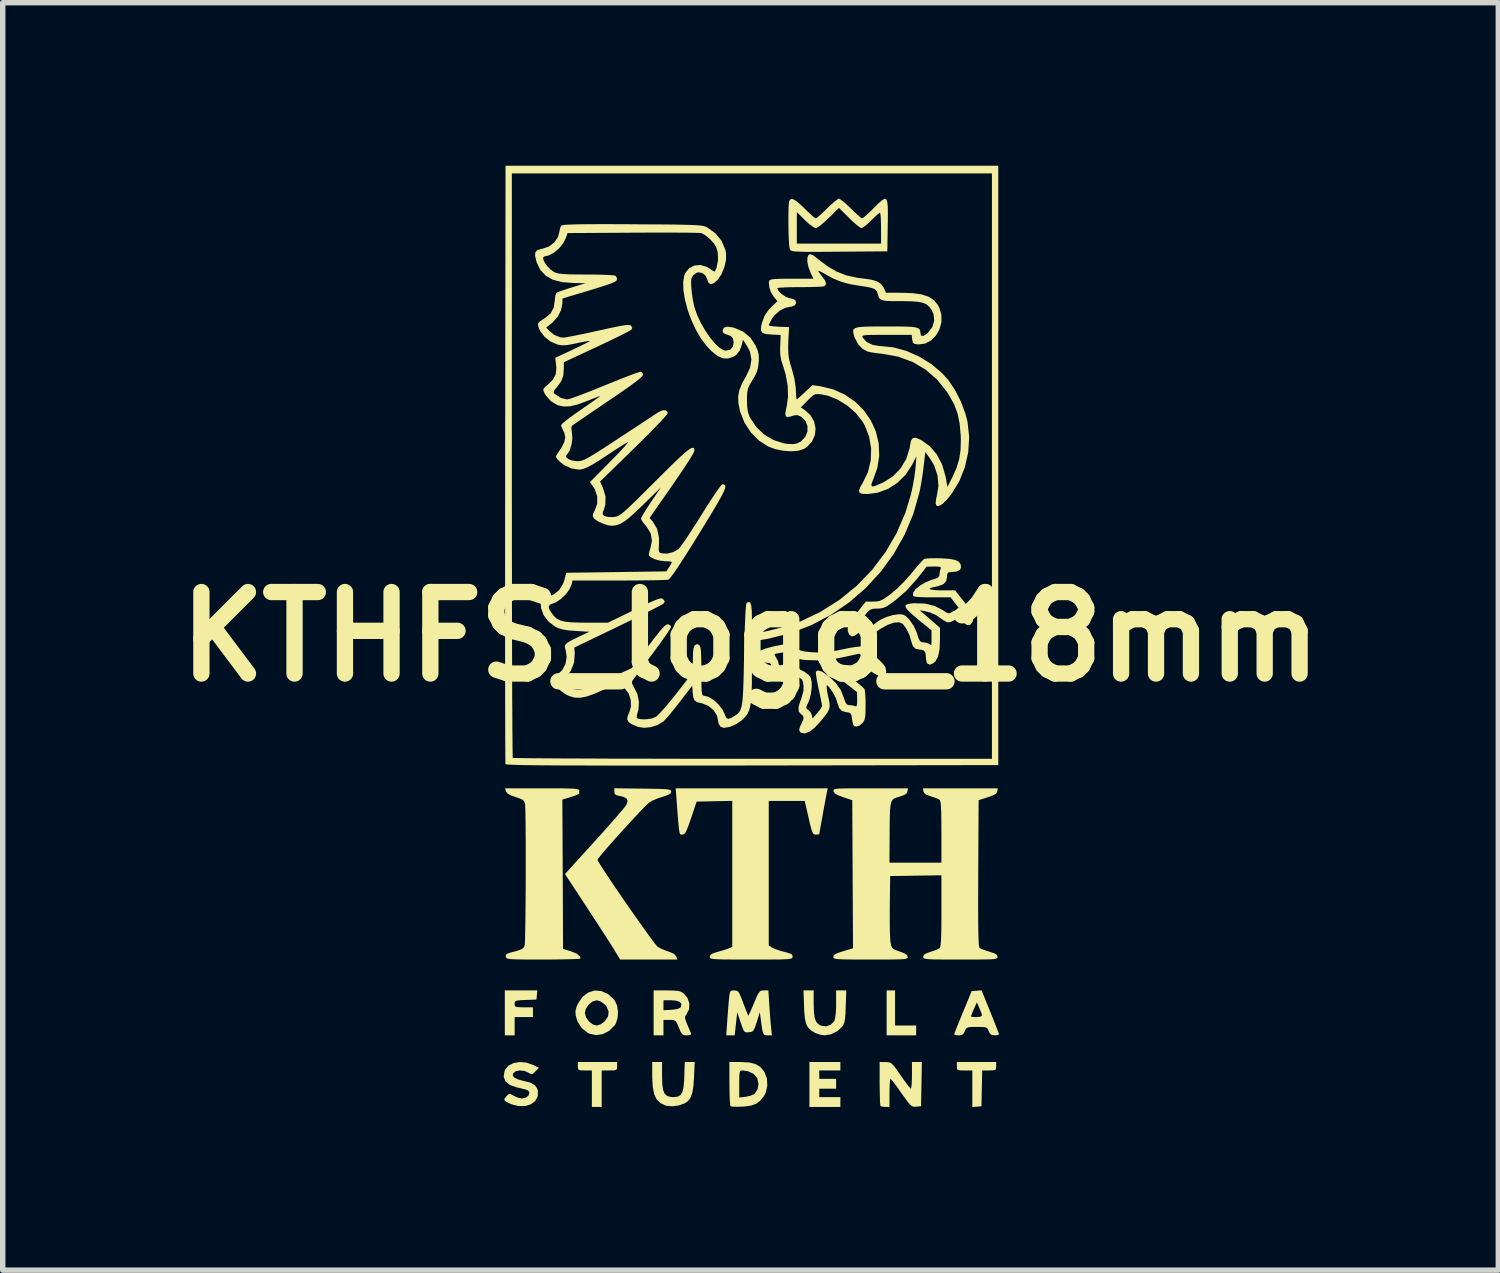
<source format=kicad_pcb>
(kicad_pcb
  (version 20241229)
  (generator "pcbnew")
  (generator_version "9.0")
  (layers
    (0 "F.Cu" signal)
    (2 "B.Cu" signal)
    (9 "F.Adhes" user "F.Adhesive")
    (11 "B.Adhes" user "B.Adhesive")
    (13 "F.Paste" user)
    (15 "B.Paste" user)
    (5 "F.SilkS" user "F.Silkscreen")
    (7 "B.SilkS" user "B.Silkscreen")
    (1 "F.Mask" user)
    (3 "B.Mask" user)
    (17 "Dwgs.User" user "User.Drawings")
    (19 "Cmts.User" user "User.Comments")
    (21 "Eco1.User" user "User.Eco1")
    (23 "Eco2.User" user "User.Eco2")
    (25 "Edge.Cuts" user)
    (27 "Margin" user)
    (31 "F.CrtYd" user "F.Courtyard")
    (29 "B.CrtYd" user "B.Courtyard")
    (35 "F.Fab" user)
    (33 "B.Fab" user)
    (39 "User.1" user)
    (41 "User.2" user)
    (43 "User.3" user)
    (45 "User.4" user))
  (footprint "KTHFS_logo_18mm"
    (layer "F.Cu")
    (at 10.764 8.669)
    (property "Reference" "KTHFS_logo_18mm" (at 0 0 0) (layer "F.SilkS") (effects (font (size 1.5 1.5) (thickness 0.3))))
    (attr board_only exclude_from_pos_files exclude_from_bom)
    (fp_poly (pts (xy 2.661 6.834) (xy 2.661 7.157) (xy 2.855 7.157) (xy 3.049 7.157) (xy 3.049 7.248) (xy 3.049 7.338) (xy 2.778 7.338) (xy 2.506 7.338) (xy 2.506 6.925) (xy 2.506 6.511) (xy 2.584 6.511) (xy 2.661 6.511)) (stroke (width 0) (type solid)) (fill yes) (layer "F.SilkS"))
    (fp_poly (pts (xy -2.455 7.907) (xy -2.457 7.951) (xy -2.473 7.974) (xy -2.514 7.983) (xy -2.595 7.984) (xy -2.597 7.984) (xy -2.739 7.984) (xy -2.739 8.32) (xy -2.739 8.656) (xy -2.829 8.656) (xy -2.92 8.656) (xy -2.92 8.32) (xy -2.92 7.984) (xy -3.049 7.984) (xy -3.126 7.983) (xy -3.164 7.972) (xy -3.177 7.945) (xy -3.178 7.907) (xy -3.178 7.829) (xy -2.816 7.829) (xy -2.455 7.829)) (stroke (width 0) (type solid)) (fill yes) (layer "F.SilkS"))
    (fp_poly (pts (xy 4.522 7.907) (xy 4.519 7.953) (xy 4.502 7.976) (xy 4.456 7.983) (xy 4.393 7.984) (xy 4.265 7.984) (xy 4.258 8.314) (xy 4.251 8.643) (xy 4.167 8.651) (xy 4.083 8.659) (xy 4.083 8.322) (xy 4.083 7.984) (xy 3.94 7.984) (xy 3.859 7.983) (xy 3.817 7.975) (xy 3.801 7.952) (xy 3.798 7.908) (xy 3.798 7.907) (xy 3.798 7.829) (xy 4.16 7.829) (xy 4.522 7.829)) (stroke (width 0) (type solid)) (fill yes) (layer "F.SilkS"))
    (fp_poly (pts (xy 1.654 7.907) (xy 1.654 7.984) (xy 1.46 7.984) (xy 1.266 7.984) (xy 1.266 8.062) (xy 1.266 8.139) (xy 1.421 8.139) (xy 1.576 8.139) (xy 1.576 8.23) (xy 1.576 8.32) (xy 1.421 8.32) (xy 1.266 8.32) (xy 1.266 8.398) (xy 1.266 8.475) (xy 1.46 8.475) (xy 1.654 8.475) (xy 1.654 8.566) (xy 1.654 8.656) (xy 1.369 8.656) (xy 1.085 8.656) (xy 1.085 8.243) (xy 1.085 7.829) (xy 1.369 7.829) (xy 1.654 7.829)) (stroke (width 0) (type solid)) (fill yes) (layer "F.SilkS"))
    (fp_poly (pts (xy -3.932 6.595) (xy -3.94 6.679) (xy -4.141 6.687) (xy -4.241 6.692) (xy -4.301 6.699) (xy -4.33 6.712) (xy -4.34 6.735) (xy -4.341 6.758) (xy -4.338 6.792) (xy -4.321 6.811) (xy -4.278 6.82) (xy -4.198 6.822) (xy -4.173 6.822) (xy -4.005 6.822) (xy -4.005 6.912) (xy -4.005 7.002) (xy -4.173 7.002) (xy -4.341 7.002) (xy -4.341 7.17) (xy -4.341 7.338) (xy -4.431 7.338) (xy -4.522 7.338) (xy -4.522 6.925) (xy -4.522 6.511) (xy -4.223 6.511) (xy -3.924 6.511)) (stroke (width 0) (type solid)) (fill yes) (layer "F.SilkS"))
    (fp_poly (pts (xy -1.628 8.076) (xy -1.624 8.231) (xy -1.609 8.341) (xy -1.58 8.413) (xy -1.533 8.455) (xy -1.464 8.473) (xy -1.419 8.475) (xy -1.344 8.468) (xy -1.291 8.44) (xy -1.255 8.385) (xy -1.233 8.296) (xy -1.221 8.166) (xy -1.219 8.098) (xy -1.21 7.829) (xy -1.118 7.829) (xy -1.027 7.829) (xy -1.039 8.107) (xy -1.051 8.275) (xy -1.072 8.4) (xy -1.106 8.489) (xy -1.155 8.552) (xy -1.212 8.59) (xy -1.323 8.629) (xy -1.445 8.644) (xy -1.554 8.633) (xy -1.56 8.631) (xy -1.656 8.587) (xy -1.726 8.52) (xy -1.772 8.423) (xy -1.799 8.29) (xy -1.809 8.115) (xy -1.809 8.089) (xy -1.809 7.829) (xy -1.718 7.829) (xy -1.628 7.829)) (stroke (width 0) (type solid)) (fill yes) (layer "F.SilkS"))
    (fp_poly (pts (xy 1.163 6.756) (xy 1.167 6.905) (xy 1.181 7.013) (xy 1.207 7.086) (xy 1.249 7.133) (xy 1.295 7.159) (xy 1.388 7.173) (xy 1.475 7.144) (xy 1.539 7.08) (xy 1.547 7.064) (xy 1.56 7.01) (xy 1.57 6.92) (xy 1.576 6.81) (xy 1.576 6.756) (xy 1.576 6.511) (xy 1.669 6.511) (xy 1.763 6.511) (xy 1.753 6.807) (xy 1.748 6.942) (xy 1.74 7.036) (xy 1.727 7.101) (xy 1.708 7.147) (xy 1.691 7.175) (xy 1.599 7.261) (xy 1.482 7.319) (xy 1.369 7.338) (xy 1.283 7.326) (xy 1.196 7.296) (xy 1.19 7.293) (xy 1.114 7.247) (xy 1.059 7.194) (xy 1.023 7.123) (xy 1.001 7.026) (xy 0.989 6.892) (xy 0.986 6.807) (xy 0.976 6.511) (xy 1.07 6.511) (xy 1.163 6.511)) (stroke (width 0) (type solid)) (fill yes) (layer "F.SilkS"))
    (fp_poly (pts (xy -2.743 6.523) (xy -2.622 6.578) (xy -2.513 6.678) (xy -2.496 6.701) (xy -2.456 6.79) (xy -2.439 6.904) (xy -2.447 7.021) (xy -2.479 7.121) (xy -2.495 7.148) (xy -2.599 7.253) (xy -2.719 7.316) (xy -2.845 7.334) (xy -2.97 7.306) (xy -2.997 7.292) (xy -3.107 7.204) (xy -3.185 7.082) (xy -3.217 6.975) (xy -3.22 6.925) (xy -3.049 6.925) (xy -3.027 7.007) (xy -2.973 7.084) (xy -2.899 7.139) (xy -2.829 7.157) (xy -2.758 7.136) (xy -2.685 7.082) (xy -2.622 6.991) (xy -2.611 6.899) (xy -2.651 6.807) (xy -2.685 6.768) (xy -2.759 6.713) (xy -2.829 6.692) (xy -2.907 6.715) (xy -2.979 6.773) (xy -3.031 6.851) (xy -3.049 6.925) (xy -3.22 6.925) (xy -3.222 6.893) (xy -3.202 6.812) (xy -3.174 6.75) (xy -3.09 6.627) (xy -2.984 6.548) (xy -2.866 6.513)) (stroke (width 0) (type solid)) (fill yes) (layer "F.SilkS"))
    (fp_poly (pts (xy -0.174 7.829) (xy -0.021 7.838) (xy 0.094 7.867) (xy 0.181 7.92) (xy 0.25 8.002) (xy 0.259 8.016) (xy 0.301 8.129) (xy 0.31 8.257) (xy 0.286 8.38) (xy 0.252 8.45) (xy 0.18 8.54) (xy 0.104 8.598) (xy 0.008 8.632) (xy -0.123 8.649) (xy -0.147 8.65) (xy -0.245 8.653) (xy -0.322 8.651) (xy -0.365 8.644) (xy -0.368 8.642) (xy -0.375 8.61) (xy -0.381 8.536) (xy -0.383 8.482) (xy -0.207 8.482) (xy -0.089 8.469) (xy -0.006 8.451) (xy 0.062 8.422) (xy 0.078 8.41) (xy 0.13 8.332) (xy 0.147 8.232) (xy 0.126 8.133) (xy 0.119 8.119) (xy 0.055 8.047) (xy -0.042 8) (xy -0.146 7.984) (xy -0.174 7.986) (xy -0.192 7.999) (xy -0.201 8.032) (xy -0.206 8.095) (xy -0.207 8.198) (xy -0.207 8.233) (xy -0.207 8.482) (xy -0.383 8.482) (xy -0.385 8.43) (xy -0.387 8.3) (xy -0.388 8.226) (xy -0.388 7.829)) (stroke (width 0) (type solid)) (fill yes) (layer "F.SilkS"))
    (fp_poly (pts (xy 3.147 8.236) (xy 3.139 8.643) (xy 3.048 8.651) (xy 3.009 8.652) (xy 2.976 8.644) (xy 2.943 8.62) (xy 2.902 8.573) (xy 2.845 8.496) (xy 2.777 8.4) (xy 2.706 8.3) (xy 2.645 8.218) (xy 2.6 8.162) (xy 2.578 8.14) (xy 2.577 8.14) (xy 2.569 8.164) (xy 2.563 8.228) (xy 2.559 8.323) (xy 2.558 8.398) (xy 2.558 8.656) (xy 2.485 8.656) (xy 2.426 8.651) (xy 2.394 8.639) (xy 2.388 8.608) (xy 2.383 8.535) (xy 2.38 8.43) (xy 2.378 8.3) (xy 2.377 8.226) (xy 2.377 7.829) (xy 2.487 7.83) (xy 2.535 7.832) (xy 2.572 7.841) (xy 2.607 7.865) (xy 2.648 7.911) (xy 2.703 7.986) (xy 2.765 8.076) (xy 2.833 8.172) (xy 2.891 8.251) (xy 2.933 8.303) (xy 2.952 8.32) (xy 2.96 8.296) (xy 2.967 8.232) (xy 2.971 8.138) (xy 2.972 8.075) (xy 2.972 7.829) (xy 3.063 7.829) (xy 3.154 7.829)) (stroke (width 0) (type solid)) (fill yes) (layer "F.SilkS"))
    (fp_poly (pts (xy -1.421 6.513) (xy -1.339 6.52) (xy -1.284 6.534) (xy -1.242 6.557) (xy -1.233 6.564) (xy -1.16 6.649) (xy -1.125 6.752) (xy -1.131 6.858) (xy -1.178 6.951) (xy -1.182 6.957) (xy -1.203 6.987) (xy -1.205 7.023) (xy -1.188 7.08) (xy -1.164 7.138) (xy -1.13 7.218) (xy -1.103 7.281) (xy -1.093 7.306) (xy -1.102 7.329) (xy -1.158 7.338) (xy -1.17 7.338) (xy -1.222 7.335) (xy -1.256 7.317) (xy -1.285 7.273) (xy -1.318 7.196) (xy -1.351 7.117) (xy -1.379 7.075) (xy -1.415 7.058) (xy -1.473 7.054) (xy -1.489 7.054) (xy -1.602 7.054) (xy -1.602 7.196) (xy -1.602 7.338) (xy -1.692 7.338) (xy -1.783 7.338) (xy -1.783 6.925) (xy -1.783 6.692) (xy -1.602 6.692) (xy -1.602 6.784) (xy -1.602 6.876) (xy -1.456 6.868) (xy -1.354 6.856) (xy -1.296 6.832) (xy -1.283 6.817) (xy -1.27 6.763) (xy -1.303 6.722) (xy -1.379 6.698) (xy -1.463 6.692) (xy -1.602 6.692) (xy -1.783 6.692) (xy -1.783 6.511) (xy -1.541 6.511)) (stroke (width 0) (type solid)) (fill yes) (layer "F.SilkS"))
    (fp_poly (pts (xy 4.413 6.904) (xy 4.467 7.038) (xy 4.513 7.154) (xy 4.548 7.245) (xy 4.569 7.303) (xy 4.574 7.319) (xy 4.551 7.332) (xy 4.496 7.338) (xy 4.494 7.338) (xy 4.432 7.328) (xy 4.396 7.287) (xy 4.385 7.261) (xy 4.368 7.221) (xy 4.345 7.198) (xy 4.304 7.187) (xy 4.232 7.184) (xy 4.165 7.183) (xy 4.067 7.184) (xy 4.008 7.19) (xy 3.976 7.205) (xy 3.956 7.234) (xy 3.945 7.261) (xy 3.915 7.316) (xy 3.867 7.337) (xy 3.831 7.338) (xy 3.775 7.333) (xy 3.749 7.321) (xy 3.749 7.319) (xy 3.759 7.29) (xy 3.785 7.221) (xy 3.825 7.122) (xy 3.875 7) (xy 3.878 6.992) (xy 4.057 6.992) (xy 4.08 6.998) (xy 4.137 7.002) (xy 4.16 7.002) (xy 4.233 6.995) (xy 4.261 6.973) (xy 4.262 6.97) (xy 4.25 6.928) (xy 4.224 6.861) (xy 4.213 6.834) (xy 4.166 6.731) (xy 4.111 6.856) (xy 4.081 6.928) (xy 4.061 6.978) (xy 4.057 6.992) (xy 3.878 6.992) (xy 3.911 6.912) (xy 4.071 6.524) (xy 4.162 6.517) (xy 4.253 6.509)) (stroke (width 0) (type solid)) (fill yes) (layer "F.SilkS"))
    (fp_poly (pts (xy -4.122 7.84) (xy -4.001 7.883) (xy -3.895 7.937) (xy -3.96 8.003) (xy -4.007 8.045) (xy -4.039 8.052) (xy -4.08 8.03) (xy -4.086 8.026) (xy -4.161 7.993) (xy -4.245 7.984) (xy -4.319 7.998) (xy -4.366 8.034) (xy -4.366 8.035) (xy -4.378 8.078) (xy -4.35 8.112) (xy -4.335 8.123) (xy -4.27 8.152) (xy -4.187 8.175) (xy -4.174 8.177) (xy -4.048 8.21) (xy -3.966 8.258) (xy -3.922 8.326) (xy -3.913 8.359) (xy -3.916 8.461) (xy -3.961 8.545) (xy -4.04 8.606) (xy -4.145 8.639) (xy -4.268 8.64) (xy -4.361 8.619) (xy -4.438 8.59) (xy -4.498 8.56) (xy -4.511 8.551) (xy -4.533 8.524) (xy -4.522 8.493) (xy -4.494 8.46) (xy -4.456 8.423) (xy -4.425 8.416) (xy -4.379 8.438) (xy -4.358 8.451) (xy -4.283 8.485) (xy -4.211 8.501) (xy -4.207 8.501) (xy -4.138 8.486) (xy -4.087 8.448) (xy -4.07 8.4) (xy -4.073 8.385) (xy -4.084 8.365) (xy -4.104 8.349) (xy -4.144 8.334) (xy -4.214 8.316) (xy -4.309 8.294) (xy -4.432 8.25) (xy -4.511 8.183) (xy -4.543 8.098) (xy -4.527 7.996) (xy -4.517 7.971) (xy -4.457 7.897) (xy -4.363 7.849) (xy -4.247 7.829)) (stroke (width 0) (type solid)) (fill yes) (layer "F.SilkS"))
    (fp_poly (pts (xy 0.346 6.776) (xy 0.355 6.908) (xy 0.365 7.04) (xy 0.375 7.15) (xy 0.379 7.19) (xy 0.394 7.338) (xy 0.315 7.338) (xy 0.277 7.337) (xy 0.251 7.325) (xy 0.232 7.296) (xy 0.217 7.239) (xy 0.203 7.145) (xy 0.191 7.054) (xy 0.172 6.912) (xy 0.115 7.093) (xy 0.084 7.186) (xy 0.059 7.241) (xy 0.032 7.268) (xy -0.005 7.279) (xy -0.03 7.281) (xy -0.075 7.284) (xy -0.105 7.274) (xy -0.129 7.242) (xy -0.154 7.18) (xy -0.181 7.101) (xy -0.244 6.912) (xy -0.268 7.125) (xy -0.291 7.338) (xy -0.369 7.338) (xy -0.446 7.338) (xy -0.429 7.086) (xy -0.419 6.954) (xy -0.409 6.819) (xy -0.399 6.705) (xy -0.396 6.673) (xy -0.386 6.585) (xy -0.375 6.537) (xy -0.353 6.516) (xy -0.316 6.512) (xy -0.3 6.512) (xy -0.262 6.514) (xy -0.233 6.528) (xy -0.208 6.561) (xy -0.179 6.624) (xy -0.14 6.724) (xy -0.133 6.744) (xy -0.095 6.844) (xy -0.064 6.922) (xy -0.044 6.968) (xy -0.039 6.977) (xy -0.027 6.954) (xy -0.000116 6.895) (xy 0.038 6.808) (xy 0.065 6.744) (xy 0.11 6.637) (xy 0.143 6.569) (xy 0.171 6.532) (xy 0.199 6.515) (xy 0.236 6.512) (xy 0.245 6.511) (xy 0.329 6.511)) (stroke (width 0) (type solid)) (fill yes) (layer "F.SilkS"))
    (fp_poly (pts (xy -3.628 2.791) (xy -3.466 2.792) (xy -3.344 2.795) (xy -3.258 2.798) (xy -3.201 2.804) (xy -3.169 2.812) (xy -3.154 2.822) (xy -3.152 2.829) (xy -3.152 2.875) (xy -3.151 2.886) (xy -3.173 2.902) (xy -3.231 2.926) (xy -3.306 2.951) (xy -3.463 2.999) (xy -3.456 4.373) (xy -3.45 5.747) (xy -3.312 5.789) (xy -3.202 5.832) (xy -3.141 5.882) (xy -3.127 5.924) (xy -3.152 5.929) (xy -3.221 5.933) (xy -3.329 5.937) (xy -3.468 5.94) (xy -3.632 5.942) (xy -3.808 5.943) (xy -4.014 5.943) (xy -4.173 5.942) (xy -4.293 5.94) (xy -4.378 5.937) (xy -4.436 5.932) (xy -4.472 5.925) (xy -4.491 5.915) (xy -4.5 5.901) (xy -4.503 5.892) (xy -4.503 5.857) (xy -4.473 5.833) (xy -4.41 5.813) (xy -4.298 5.783) (xy -4.227 5.758) (xy -4.186 5.734) (xy -4.165 5.705) (xy -4.157 5.683) (xy -4.153 5.644) (xy -4.15 5.559) (xy -4.147 5.435) (xy -4.144 5.278) (xy -4.142 5.095) (xy -4.14 4.891) (xy -4.138 4.673) (xy -4.137 4.446) (xy -4.137 4.218) (xy -4.137 3.994) (xy -4.137 3.781) (xy -4.139 3.585) (xy -4.14 3.412) (xy -4.142 3.269) (xy -4.145 3.161) (xy -4.148 3.094) (xy -4.15 3.079) (xy -4.164 3.034) (xy -4.193 3.003) (xy -4.25 2.977) (xy -4.322 2.953) (xy -4.421 2.918) (xy -4.478 2.881) (xy -4.499 2.849) (xy -4.52 2.791) (xy -3.836 2.791)) (stroke (width 0) (type solid)) (fill yes) (layer "F.SilkS"))
    (fp_poly (pts (xy -1.983 2.797) (xy -1.806 2.799) (xy -1.674 2.802) (xy -1.581 2.806) (xy -1.519 2.812) (xy -1.483 2.82) (xy -1.466 2.831) (xy -1.46 2.846) (xy -1.46 2.853) (xy -1.472 2.884) (xy -1.513 2.911) (xy -1.594 2.94) (xy -1.621 2.948) (xy -1.72 2.981) (xy -1.81 3.02) (xy -1.859 3.048) (xy -1.898 3.082) (xy -1.962 3.146) (xy -2.047 3.235) (xy -2.146 3.341) (xy -2.255 3.459) (xy -2.368 3.583) (xy -2.48 3.707) (xy -2.584 3.824) (xy -2.675 3.929) (xy -2.748 4.015) (xy -2.797 4.076) (xy -2.816 4.106) (xy -2.816 4.107) (xy -2.802 4.137) (xy -2.762 4.204) (xy -2.699 4.301) (xy -2.619 4.422) (xy -2.525 4.563) (xy -2.421 4.716) (xy -2.311 4.876) (xy -2.199 5.037) (xy -2.089 5.193) (xy -1.986 5.339) (xy -1.893 5.469) (xy -1.814 5.576) (xy -1.754 5.656) (xy -1.716 5.701) (xy -1.708 5.708) (xy -1.642 5.745) (xy -1.553 5.781) (xy -1.513 5.794) (xy -1.417 5.833) (xy -1.369 5.88) (xy -1.366 5.887) (xy -1.345 5.943) (xy -1.872 5.943) (xy -2.399 5.943) (xy -2.497 5.782) (xy -2.536 5.717) (xy -2.6 5.617) (xy -2.682 5.489) (xy -2.779 5.34) (xy -2.885 5.177) (xy -2.996 5.007) (xy -3.004 4.994) (xy -3.415 4.369) (xy -2.868 3.767) (xy -2.732 3.616) (xy -2.605 3.474) (xy -2.493 3.347) (xy -2.4 3.239) (xy -2.331 3.157) (xy -2.291 3.104) (xy -2.283 3.092) (xy -2.262 3.024) (xy -2.283 2.976) (xy -2.35 2.944) (xy -2.405 2.933) (xy -2.471 2.916) (xy -2.501 2.89) (xy -2.506 2.852) (xy -2.506 2.79)) (stroke (width 0) (type solid)) (fill yes) (layer "F.SilkS"))
    (fp_poly (pts (xy 4.561 -3.152) (xy 4.561 2.364) (xy 0.032 2.371) (xy -0.556 2.372) (xy -1.094 2.372) (xy -1.584 2.373) (xy -2.028 2.373) (xy -2.428 2.373) (xy -2.786 2.372) (xy -3.104 2.371) (xy -3.384 2.371) (xy -3.627 2.369) (xy -3.837 2.368) (xy -4.014 2.366) (xy -4.16 2.364) (xy -4.279 2.361) (xy -4.37 2.358) (xy -4.437 2.355) (xy -4.481 2.352) (xy -4.505 2.348) (xy -4.51 2.345) (xy -4.511 2.316) (xy -4.512 2.239) (xy -4.513 2.114) (xy -4.514 1.944) (xy -4.515 1.733) (xy -4.515 1.482) (xy -4.516 1.194) (xy -4.516 0.87) (xy -4.517 0.514) (xy -4.517 0.128) (xy -4.517 -0.286) (xy -4.517 -0.725) (xy -4.517 -1.187) (xy -4.517 -1.67) (xy -4.517 -2.171) (xy -4.516 -2.688) (xy -4.516 -3.178) (xy -4.509 -8.527) (xy -4.393 -8.527) (xy -4.393 -3.157) (xy -4.393 -2.634) (xy -4.392 -2.124) (xy -4.392 -1.631) (xy -4.391 -1.156) (xy -4.391 -0.703) (xy -4.39 -0.272) (xy -4.389 0.132) (xy -4.388 0.509) (xy -4.387 0.854) (xy -4.386 1.167) (xy -4.384 1.445) (xy -4.383 1.684) (xy -4.381 1.883) (xy -4.38 2.04) (xy -4.378 2.151) (xy -4.377 2.215) (xy -4.375 2.231) (xy -4.348 2.233) (xy -4.272 2.234) (xy -4.149 2.236) (xy -3.983 2.238) (xy -3.776 2.239) (xy -3.53 2.241) (xy -3.249 2.242) (xy -2.934 2.243) (xy -2.589 2.245) (xy -2.217 2.246) (xy -1.819 2.246) (xy -1.399 2.247) (xy -0.96 2.248) (xy -0.503 2.248) (xy -0.032 2.248) (xy 0.043 2.248) (xy 4.444 2.248) (xy 4.444 -3.139) (xy 4.444 -8.527) (xy 0.026 -8.527) (xy -4.393 -8.527) (xy -4.509 -8.527) (xy -4.509 -8.669) (xy 0.026 -8.669) (xy 4.561 -8.669)) (stroke (width 0) (type solid)) (fill yes) (layer "F.SilkS"))
    (fp_poly (pts (xy 1.409 2.849) (xy 1.401 2.891) (xy 1.386 2.97) (xy 1.366 3.075) (xy 1.344 3.194) (xy 1.322 3.318) (xy 1.301 3.434) (xy 1.283 3.533) (xy 1.271 3.603) (xy 1.266 3.634) (xy 1.266 3.635) (xy 1.244 3.641) (xy 1.203 3.643) (xy 1.176 3.64) (xy 1.155 3.626) (xy 1.136 3.591) (xy 1.116 3.528) (xy 1.091 3.429) (xy 1.069 3.333) (xy 0.998 3.023) (xy 0.667 3.023) (xy 0.336 3.023) (xy 0.336 4.353) (xy 0.336 5.683) (xy 0.394 5.721) (xy 0.456 5.75) (xy 0.539 5.779) (xy 0.568 5.787) (xy 0.67 5.814) (xy 0.731 5.833) (xy 0.762 5.851) (xy 0.774 5.871) (xy 0.775 5.893) (xy 0.773 5.907) (xy 0.764 5.919) (xy 0.742 5.927) (xy 0.702 5.934) (xy 0.637 5.938) (xy 0.544 5.941) (xy 0.415 5.942) (xy 0.247 5.943) (xy 0.032 5.943) (xy 0.013 5.943) (xy -0.205 5.943) (xy -0.377 5.942) (xy -0.509 5.941) (xy -0.605 5.938) (xy -0.671 5.934) (xy -0.713 5.928) (xy -0.737 5.92) (xy -0.747 5.909) (xy -0.749 5.894) (xy -0.749 5.892) (xy -0.738 5.859) (xy -0.698 5.832) (xy -0.618 5.805) (xy -0.601 5.8) (xy -0.509 5.774) (xy -0.43 5.749) (xy -0.394 5.735) (xy -0.336 5.712) (xy -0.336 4.367) (xy -0.336 3.022) (xy -0.663 3.029) (xy -0.991 3.036) (xy -1.083 3.308) (xy -1.129 3.442) (xy -1.164 3.535) (xy -1.19 3.594) (xy -1.213 3.626) (xy -1.237 3.64) (xy -1.264 3.643) (xy -1.28 3.643) (xy -1.292 3.637) (xy -1.302 3.62) (xy -1.31 3.585) (xy -1.318 3.527) (xy -1.327 3.44) (xy -1.337 3.318) (xy -1.35 3.154) (xy -1.36 3.017) (xy -1.377 2.791) (xy 0.023 2.791) (xy 1.422 2.791)) (stroke (width 0) (type solid)) (fill yes) (layer "F.SilkS"))
    (fp_poly (pts (xy 1.662 -8.044) (xy 1.722 -7.997) (xy 1.798 -7.929) (xy 1.848 -7.881) (xy 1.927 -7.804) (xy 1.994 -7.743) (xy 2.04 -7.707) (xy 2.054 -7.7) (xy 2.083 -7.717) (xy 2.138 -7.764) (xy 2.211 -7.832) (xy 2.261 -7.881) (xy 2.349 -7.969) (xy 2.416 -8.029) (xy 2.464 -8.058) (xy 2.497 -8.053) (xy 2.517 -8.009) (xy 2.526 -7.925) (xy 2.529 -7.796) (xy 2.527 -7.619) (xy 2.526 -7.577) (xy 2.519 -7.093) (xy 1.635 -7.086) (xy 1.398 -7.084) (xy 1.208 -7.083) (xy 1.058 -7.083) (xy 0.944 -7.085) (xy 0.862 -7.088) (xy 0.804 -7.092) (xy 0.767 -7.099) (xy 0.744 -7.108) (xy 0.731 -7.119) (xy 0.725 -7.13) (xy 0.716 -7.171) (xy 0.71 -7.235) (xy 0.853 -7.235) (xy 1.628 -7.235) (xy 2.403 -7.235) (xy 2.403 -7.519) (xy 2.401 -7.633) (xy 2.397 -7.726) (xy 2.39 -7.786) (xy 2.383 -7.803) (xy 2.356 -7.786) (xy 2.304 -7.741) (xy 2.237 -7.676) (xy 2.222 -7.661) (xy 2.15 -7.593) (xy 2.088 -7.543) (xy 2.047 -7.52) (xy 2.043 -7.519) (xy 2.009 -7.537) (xy 1.949 -7.583) (xy 1.872 -7.651) (xy 1.816 -7.706) (xy 1.628 -7.893) (xy 1.44 -7.706) (xy 1.355 -7.627) (xy 1.28 -7.564) (xy 1.223 -7.527) (xy 1.202 -7.519) (xy 1.161 -7.537) (xy 1.096 -7.583) (xy 1.021 -7.648) (xy 1.002 -7.667) (xy 0.853 -7.815) (xy 0.853 -7.525) (xy 0.853 -7.235) (xy 0.71 -7.235) (xy 0.709 -7.253) (xy 0.703 -7.364) (xy 0.699 -7.494) (xy 0.698 -7.63) (xy 0.698 -7.762) (xy 0.7 -7.878) (xy 0.705 -7.967) (xy 0.712 -8.018) (xy 0.713 -8.021) (xy 0.74 -8.055) (xy 0.782 -8.054) (xy 0.845 -8.017) (xy 0.933 -7.942) (xy 0.995 -7.881) (xy 1.074 -7.804) (xy 1.141 -7.743) (xy 1.187 -7.707) (xy 1.202 -7.7) (xy 1.23 -7.717) (xy 1.286 -7.764) (xy 1.358 -7.832) (xy 1.408 -7.881) (xy 1.489 -7.958) (xy 1.56 -8.019) (xy 1.611 -8.055) (xy 1.628 -8.062)) (stroke (width 0) (type solid)) (fill yes) (layer "F.SilkS"))
    (fp_poly (pts (xy 2.889 2.848) (xy 2.873 2.885) (xy 2.827 2.915) (xy 2.743 2.945) (xy 2.739 2.946) (xy 2.686 2.962) (xy 2.645 2.979) (xy 2.614 3.004) (xy 2.592 3.043) (xy 2.578 3.102) (xy 2.569 3.189) (xy 2.564 3.308) (xy 2.562 3.468) (xy 2.561 3.65) (xy 2.558 4.16) (xy 3.036 4.16) (xy 3.514 4.16) (xy 3.514 3.595) (xy 3.513 3.394) (xy 3.511 3.241) (xy 3.506 3.129) (xy 3.499 3.055) (xy 3.489 3.014) (xy 3.482 3.003) (xy 3.439 2.981) (xy 3.367 2.954) (xy 3.32 2.939) (xy 3.237 2.909) (xy 3.195 2.876) (xy 3.183 2.846) (xy 3.175 2.791) (xy 3.863 2.791) (xy 4.551 2.791) (xy 4.543 2.846) (xy 4.527 2.882) (xy 4.483 2.912) (xy 4.401 2.945) (xy 4.367 2.956) (xy 4.199 3.01) (xy 4.192 4.357) (xy 4.191 4.669) (xy 4.19 4.933) (xy 4.191 5.152) (xy 4.192 5.329) (xy 4.194 5.47) (xy 4.198 5.576) (xy 4.202 5.652) (xy 4.208 5.7) (xy 4.215 5.725) (xy 4.218 5.73) (xy 4.259 5.751) (xy 4.333 5.778) (xy 4.399 5.799) (xy 4.486 5.827) (xy 4.532 5.855) (xy 4.548 5.887) (xy 4.548 5.892) (xy 4.546 5.907) (xy 4.537 5.919) (xy 4.514 5.928) (xy 4.473 5.935) (xy 4.407 5.939) (xy 4.31 5.941) (xy 4.177 5.943) (xy 4.001 5.943) (xy 3.863 5.943) (xy 3.657 5.943) (xy 3.498 5.942) (xy 3.378 5.941) (xy 3.293 5.937) (xy 3.236 5.932) (xy 3.202 5.925) (xy 3.185 5.915) (xy 3.179 5.902) (xy 3.178 5.892) (xy 3.191 5.857) (xy 3.238 5.828) (xy 3.311 5.802) (xy 3.393 5.775) (xy 3.457 5.747) (xy 3.479 5.734) (xy 3.49 5.715) (xy 3.499 5.675) (xy 3.505 5.609) (xy 3.51 5.511) (xy 3.513 5.377) (xy 3.514 5.2) (xy 3.514 5.048) (xy 3.514 4.392) (xy 3.043 4.399) (xy 2.571 4.406) (xy 2.564 4.955) (xy 2.563 5.127) (xy 2.564 5.289) (xy 2.566 5.43) (xy 2.57 5.542) (xy 2.576 5.615) (xy 2.577 5.625) (xy 2.591 5.692) (xy 2.611 5.733) (xy 2.652 5.76) (xy 2.726 5.788) (xy 2.746 5.795) (xy 2.834 5.829) (xy 2.881 5.86) (xy 2.894 5.894) (xy 2.892 5.908) (xy 2.882 5.92) (xy 2.858 5.929) (xy 2.815 5.935) (xy 2.746 5.939) (xy 2.646 5.941) (xy 2.509 5.943) (xy 2.33 5.943) (xy 2.209 5.943) (xy 2.004 5.943) (xy 1.844 5.942) (xy 1.724 5.94) (xy 1.639 5.937) (xy 1.582 5.932) (xy 1.548 5.925) (xy 1.531 5.915) (xy 1.525 5.902) (xy 1.525 5.894) (xy 1.536 5.864) (xy 1.576 5.836) (xy 1.653 5.806) (xy 1.706 5.79) (xy 1.887 5.735) (xy 1.88 4.372) (xy 1.873 3.01) (xy 1.705 2.954) (xy 1.609 2.918) (xy 1.553 2.885) (xy 1.53 2.851) (xy 1.529 2.844) (xy 1.528 2.828) (xy 1.533 2.816) (xy 1.551 2.806) (xy 1.587 2.8) (xy 1.647 2.795) (xy 1.737 2.793) (xy 1.862 2.791) (xy 2.028 2.791) (xy 2.209 2.791) (xy 2.898 2.791)) (stroke (width 0) (type solid)) (fill yes) (layer "F.SilkS"))
    (fp_poly (pts (xy 3.5 -1.443) (xy 3.654 -1.433) (xy 3.762 -1.414) (xy 3.831 -1.382) (xy 3.867 -1.335) (xy 3.876 -1.278) (xy 3.856 -1.228) (xy 3.794 -1.199) (xy 3.689 -1.189) (xy 3.641 -1.183) (xy 3.621 -1.155) (xy 3.617 -1.099) (xy 3.601 -1.02) (xy 3.548 -0.965) (xy 3.453 -0.929) (xy 3.405 -0.919) (xy 3.325 -0.901) (xy 3.294 -0.884) (xy 3.311 -0.869) (xy 3.371 -0.859) (xy 3.475 -0.853) (xy 3.522 -0.853) (xy 3.765 -0.853) (xy 3.924 -0.652) (xy 4.013 -0.536) (xy 4.07 -0.448) (xy 4.099 -0.379) (xy 4.102 -0.322) (xy 4.086 -0.269) (xy 4.044 -0.217) (xy 3.987 -0.215) (xy 3.913 -0.261) (xy 3.896 -0.277) (xy 3.847 -0.32) (xy 3.812 -0.332) (xy 3.769 -0.314) (xy 3.749 -0.302) (xy 3.677 -0.267) (xy 3.621 -0.265) (xy 3.56 -0.297) (xy 3.529 -0.319) (xy 3.413 -0.398) (xy 3.305 -0.445) (xy 3.217 -0.467) (xy 3.114 -0.486) (xy 3.194 -0.418) (xy 3.262 -0.359) (xy 3.344 -0.288) (xy 3.381 -0.256) (xy 3.488 -0.162) (xy 3.488 0.062) (xy 3.479 0.239) (xy 3.451 0.37) (xy 3.403 0.456) (xy 3.363 0.489) (xy 3.319 0.51) (xy 3.303 0.515) (xy 3.275 0.505) (xy 3.262 0.5) (xy 3.241 0.468) (xy 3.23 0.406) (xy 3.23 0.392) (xy 3.222 0.304) (xy 3.195 0.257) (xy 3.143 0.24) (xy 3.12 0.239) (xy 3.039 0.223) (xy 2.987 0.172) (xy 2.959 0.084) (xy 2.926 -0.03) (xy 2.873 -0.14) (xy 2.812 -0.225) (xy 2.799 -0.238) (xy 2.733 -0.265) (xy 2.638 -0.257) (xy 2.523 -0.217) (xy 2.397 -0.147) (xy 2.381 -0.136) (xy 2.244 -0.042) (xy 2.157 -0.089) (xy 2.099 -0.117) (xy 2.061 -0.119) (xy 2.019 -0.093) (xy 1.989 -0.068) (xy 1.913 -0.015) (xy 1.858 -0.005) (xy 1.818 -0.038) (xy 1.805 -0.063) (xy 1.788 -0.12) (xy 1.794 -0.181) (xy 1.826 -0.254) (xy 1.86 -0.306) (xy 2.046 -0.306) (xy 2.053 -0.288) (xy 2.086 -0.284) (xy 2.087 -0.284) (xy 2.142 -0.27) (xy 2.192 -0.243) (xy 2.237 -0.217) (xy 2.272 -0.224) (xy 2.311 -0.257) (xy 2.392 -0.312) (xy 2.503 -0.362) (xy 2.623 -0.398) (xy 2.73 -0.413) (xy 2.737 -0.413) (xy 2.802 -0.408) (xy 2.854 -0.383) (xy 2.91 -0.329) (xy 2.932 -0.304) (xy 3.006 -0.195) (xy 3.063 -0.069) (xy 3.07 -0.045) (xy 3.097 0.039) (xy 3.122 0.084) (xy 3.153 0.101) (xy 3.178 0.104) (xy 3.244 0.114) (xy 3.282 0.129) (xy 3.318 0.151) (xy 3.327 0.155) (xy 3.33 0.132) (xy 3.332 0.072) (xy 3.332 0.019) (xy 3.332 -0.116) (xy 3.085 -0.318) (xy 2.967 -0.418) (xy 2.89 -0.493) (xy 2.853 -0.546) (xy 2.856 -0.581) (xy 2.897 -0.602) (xy 2.975 -0.613) (xy 3.011 -0.616) (xy 3.212 -0.609) (xy 3.391 -0.565) (xy 3.539 -0.489) (xy 3.54 -0.488) (xy 3.61 -0.442) (xy 3.655 -0.429) (xy 3.682 -0.44) (xy 3.734 -0.469) (xy 3.785 -0.487) (xy 3.852 -0.505) (xy 3.768 -0.614) (xy 3.684 -0.724) (xy 3.343 -0.724) (xy 3.198 -0.725) (xy 3.096 -0.729) (xy 3.032 -0.736) (xy 2.999 -0.748) (xy 2.989 -0.759) (xy 2.994 -0.813) (xy 3.04 -0.875) (xy 3.117 -0.939) (xy 3.217 -0.998) (xy 3.33 -1.044) (xy 3.372 -1.057) (xy 3.442 -1.082) (xy 3.473 -1.114) (xy 3.478 -1.143) (xy 3.488 -1.211) (xy 3.5 -1.247) (xy 3.505 -1.273) (xy 3.486 -1.286) (xy 3.431 -1.291) (xy 3.381 -1.291) (xy 3.243 -1.289) (xy 3.062 -1.06) (xy 2.867 -0.843) (xy 2.671 -0.674) (xy 2.572 -0.601) (xy 2.5 -0.555) (xy 2.444 -0.53) (xy 2.389 -0.519) (xy 2.333 -0.517) (xy 2.253 -0.513) (xy 2.2 -0.494) (xy 2.151 -0.449) (xy 2.123 -0.415) (xy 2.069 -0.345) (xy 2.046 -0.306) (xy 1.86 -0.306) (xy 1.888 -0.348) (xy 1.966 -0.448) (xy 2.123 -0.646) (xy 2.259 -0.646) (xy 2.328 -0.649) (xy 2.385 -0.661) (xy 2.444 -0.69) (xy 2.52 -0.741) (xy 2.58 -0.785) (xy 2.697 -0.883) (xy 2.824 -1.009) (xy 2.946 -1.146) (xy 2.963 -1.167) (xy 3.042 -1.263) (xy 3.113 -1.345) (xy 3.167 -1.403) (xy 3.196 -1.43) (xy 3.236 -1.438) (xy 3.316 -1.443) (xy 3.421 -1.444)) (stroke (width 0) (type solid)) (fill yes) (layer "F.SilkS"))
    (fp_poly (pts (xy 0.752 0.145) (xy 0.793 0.17) (xy 0.83 0.2) (xy 0.878 0.236) (xy 0.931 0.259) (xy 1.001 0.274) (xy 1.105 0.284) (xy 1.143 0.287) (xy 1.255 0.293) (xy 1.354 0.29) (xy 1.459 0.279) (xy 1.585 0.256) (xy 1.69 0.234) (xy 1.819 0.208) (xy 1.931 0.19) (xy 2.014 0.181) (xy 2.057 0.183) (xy 2.058 0.183) (xy 2.114 0.216) (xy 2.192 0.273) (xy 2.278 0.346) (xy 2.362 0.422) (xy 2.432 0.493) (xy 2.476 0.548) (xy 2.483 0.563) (xy 2.498 0.638) (xy 2.489 0.704) (xy 2.458 0.744) (xy 2.438 0.749) (xy 2.39 0.736) (xy 2.324 0.704) (xy 2.309 0.695) (xy 2.222 0.642) (xy 2.143 0.708) (xy 2.09 0.751) (xy 2.052 0.769) (xy 2.009 0.762) (xy 1.943 0.732) (xy 1.925 0.723) (xy 1.838 0.685) (xy 1.795 0.675) (xy 1.795 0.693) (xy 1.838 0.738) (xy 1.915 0.804) (xy 1.995 0.869) (xy 2.058 0.924) (xy 2.095 0.96) (xy 2.099 0.965) (xy 2.107 1.002) (xy 2.114 1.079) (xy 2.118 1.181) (xy 2.118 1.256) (xy 2.117 1.38) (xy 2.112 1.465) (xy 2.101 1.522) (xy 2.081 1.564) (xy 2.065 1.586) (xy 2.006 1.637) (xy 1.95 1.654) (xy 1.912 1.648) (xy 1.89 1.621) (xy 1.876 1.56) (xy 1.871 1.526) (xy 1.859 1.45) (xy 1.841 1.411) (xy 1.806 1.395) (xy 1.761 1.39) (xy 1.685 1.368) (xy 1.632 1.312) (xy 1.597 1.214) (xy 1.591 1.189) (xy 1.572 1.134) (xy 1.538 1.067) (xy 1.497 0.997) (xy 1.455 0.938) (xy 1.421 0.9) (xy 1.403 0.897) (xy 1.402 0.898) (xy 1.402 0.938) (xy 1.412 1.012) (xy 1.431 1.105) (xy 1.432 1.112) (xy 1.452 1.204) (xy 1.458 1.274) (xy 1.448 1.333) (xy 1.416 1.396) (xy 1.358 1.474) (xy 1.286 1.563) (xy 1.18 1.677) (xy 1.083 1.75) (xy 0.999 1.782) (xy 0.932 1.77) (xy 0.908 1.749) (xy 0.896 1.711) (xy 0.913 1.652) (xy 0.931 1.614) (xy 0.968 1.534) (xy 0.978 1.484) (xy 0.961 1.45) (xy 0.93 1.427) (xy 0.889 1.378) (xy 0.883 1.303) (xy 0.913 1.196) (xy 0.932 1.153) (xy 0.975 0.996) (xy 0.977 0.912) (xy 0.967 0.833) (xy 0.943 0.785) (xy 0.893 0.747) (xy 0.883 0.741) (xy 0.794 0.706) (xy 0.672 0.683) (xy 0.618 0.678) (xy 0.51 0.666) (xy 0.442 0.647) (xy 0.405 0.615) (xy 0.387 0.562) (xy 0.384 0.543) (xy 0.373 0.503) (xy 0.346 0.484) (xy 0.287 0.478) (xy 0.25 0.477) (xy 0.154 0.466) (xy 0.102 0.435) (xy 0.092 0.38) (xy 0.096 0.361) (xy 0.116 0.321) (xy 0.445 0.321) (xy 0.45 0.348) (xy 0.475 0.392) (xy 0.507 0.452) (xy 0.517 0.497) (xy 0.525 0.524) (xy 0.558 0.538) (xy 0.628 0.542) (xy 0.654 0.543) (xy 0.769 0.557) (xy 0.887 0.594) (xy 0.995 0.647) (xy 1.076 0.709) (xy 1.106 0.749) (xy 1.126 0.827) (xy 1.127 0.935) (xy 1.112 1.054) (xy 1.082 1.167) (xy 1.062 1.215) (xy 1.032 1.28) (xy 1.026 1.314) (xy 1.042 1.333) (xy 1.061 1.345) (xy 1.105 1.389) (xy 1.127 1.438) (xy 1.144 1.505) (xy 1.23 1.405) (xy 1.28 1.342) (xy 1.311 1.293) (xy 1.317 1.276) (xy 1.312 1.241) (xy 1.298 1.167) (xy 1.277 1.064) (xy 1.253 0.957) (xy 1.229 0.84) (xy 1.212 0.741) (xy 1.203 0.672) (xy 1.203 0.643) (xy 1.244 0.621) (xy 1.314 0.642) (xy 1.41 0.705) (xy 1.427 0.717) (xy 1.566 0.847) (xy 1.663 0.984) (xy 1.72 1.128) (xy 1.747 1.207) (xy 1.774 1.247) (xy 1.809 1.259) (xy 1.816 1.259) (xy 1.885 1.267) (xy 1.919 1.278) (xy 1.945 1.283) (xy 1.958 1.264) (xy 1.963 1.209) (xy 1.963 1.159) (xy 1.961 1.021) (xy 1.704 0.818) (xy 1.578 0.715) (xy 1.494 0.637) (xy 1.453 0.581) (xy 1.455 0.543) (xy 1.497 0.521) (xy 1.581 0.512) (xy 1.657 0.512) (xy 1.79 0.526) (xy 1.911 0.56) (xy 1.924 0.565) (xy 2.004 0.594) (xy 2.05 0.596) (xy 2.057 0.591) (xy 2.089 0.559) (xy 2.143 0.521) (xy 2.144 0.521) (xy 2.216 0.477) (xy 2.108 0.395) (xy 2.001 0.313) (xy 1.705 0.378) (xy 1.537 0.411) (xy 1.396 0.429) (xy 1.257 0.436) (xy 1.148 0.434) (xy 1.026 0.43) (xy 0.943 0.422) (xy 0.885 0.408) (xy 0.838 0.386) (xy 0.79 0.352) (xy 0.721 0.306) (xy 0.662 0.289) (xy 0.585 0.293) (xy 0.575 0.294) (xy 0.502 0.306) (xy 0.454 0.317) (xy 0.445 0.321) (xy 0.116 0.321) (xy 0.125 0.304) (xy 0.181 0.258) (xy 0.274 0.219) (xy 0.41 0.183) (xy 0.429 0.179) (xy 0.557 0.152) (xy 0.645 0.137) (xy 0.706 0.134)) (stroke (width 0) (type solid)) (fill yes) (layer "F.SilkS"))
    (fp_poly (pts (xy -2.562 -7.593) (xy -2.262 -7.592) (xy -2.167 -7.591) (xy -1.876 -7.589) (xy -1.632 -7.588) (xy -1.43 -7.586) (xy -1.267 -7.583) (xy -1.137 -7.58) (xy -1.036 -7.576) (xy -0.96 -7.571) (xy -0.903 -7.565) (xy -0.862 -7.558) (xy -0.831 -7.549) (xy -0.807 -7.539) (xy -0.801 -7.536) (xy -0.648 -7.428) (xy -0.535 -7.29) (xy -0.465 -7.128) (xy -0.45 -7.06) (xy -0.45 -6.937) (xy -0.481 -6.8) (xy -0.535 -6.669) (xy -0.598 -6.576) (xy -0.671 -6.508) (xy -0.731 -6.487) (xy -0.773 -6.513) (xy -0.792 -6.565) (xy -0.828 -6.646) (xy -0.889 -6.696) (xy -0.963 -6.706) (xy -0.996 -6.696) (xy -1.054 -6.652) (xy -1.084 -6.606) (xy -1.093 -6.545) (xy -1.091 -6.448) (xy -1.08 -6.33) (xy -1.062 -6.204) (xy -1.037 -6.085) (xy -1.031 -6.064) (xy -0.984 -5.925) (xy -0.917 -5.781) (xy -0.837 -5.641) (xy -0.749 -5.512) (xy -0.659 -5.402) (xy -0.572 -5.32) (xy -0.496 -5.273) (xy -0.458 -5.265) (xy -0.372 -5.283) (xy -0.323 -5.339) (xy -0.31 -5.413) (xy -0.322 -5.489) (xy -0.364 -5.535) (xy -0.446 -5.565) (xy -0.447 -5.566) (xy -0.5 -5.588) (xy -0.513 -5.628) (xy -0.512 -5.64) (xy -0.488 -5.688) (xy -0.432 -5.706) (xy -0.339 -5.695) (xy -0.293 -5.683) (xy -0.131 -5.613) (xy -0.001 -5.503) (xy 0.091 -5.364) (xy 0.132 -5.269) (xy 0.151 -5.189) (xy 0.153 -5.094) (xy 0.151 -5.054) (xy 0.139 -4.953) (xy 0.115 -4.868) (xy 0.069 -4.777) (xy 0.038 -4.725) (xy -0.014 -4.638) (xy -0.045 -4.571) (xy -0.059 -4.504) (xy -0.064 -4.416) (xy -0.065 -4.354) (xy -0.061 -4.229) (xy -0.047 -4.136) (xy -0.019 -4.055) (xy -0.005 -4.026) (xy 0.105 -3.86) (xy 0.251 -3.722) (xy 0.424 -3.619) (xy 0.614 -3.559) (xy 0.693 -3.548) (xy 0.786 -3.544) (xy 0.852 -3.555) (xy 0.913 -3.585) (xy 0.93 -3.596) (xy 1.008 -3.676) (xy 1.048 -3.774) (xy 1.049 -3.876) (xy 1.012 -3.971) (xy 0.937 -4.045) (xy 0.92 -4.055) (xy 0.863 -4.078) (xy 0.805 -4.074) (xy 0.758 -4.059) (xy 0.689 -4.041) (xy 0.651 -4.054) (xy 0.64 -4.101) (xy 0.654 -4.188) (xy 0.665 -4.234) (xy 0.691 -4.414) (xy 0.685 -4.618) (xy 0.646 -4.831) (xy 0.607 -4.961) (xy 0.568 -5.081) (xy 0.549 -5.182) (xy 0.545 -5.29) (xy 0.547 -5.354) (xy 0.556 -5.553) (xy 0.39 -5.561) (xy 0.281 -5.571) (xy 0.217 -5.594) (xy 0.191 -5.641) (xy 0.197 -5.718) (xy 0.2 -5.731) (xy 0.336 -5.731) (xy 0.36 -5.721) (xy 0.422 -5.712) (xy 0.511 -5.706) (xy 0.523 -5.705) (xy 0.711 -5.698) (xy 0.705 -5.607) (xy 0.696 -5.439) (xy 0.693 -5.31) (xy 0.697 -5.208) (xy 0.709 -5.118) (xy 0.729 -5.03) (xy 0.759 -4.935) (xy 0.807 -4.755) (xy 0.832 -4.588) (xy 0.835 -4.541) (xy 0.839 -4.454) (xy 0.844 -4.391) (xy 0.85 -4.367) (xy 0.85 -4.367) (xy 0.873 -4.383) (xy 0.922 -4.427) (xy 0.989 -4.488) (xy 1 -4.498) (xy 1.139 -4.63) (xy 1.272 -4.612) (xy 1.514 -4.555) (xy 1.733 -4.458) (xy 1.924 -4.327) (xy 2.086 -4.166) (xy 2.214 -3.982) (xy 2.307 -3.778) (xy 2.359 -3.561) (xy 2.37 -3.335) (xy 2.335 -3.107) (xy 2.264 -2.907) (xy 2.231 -2.827) (xy 2.224 -2.78) (xy 2.246 -2.764) (xy 2.303 -2.778) (xy 2.399 -2.819) (xy 2.442 -2.838) (xy 2.62 -2.95) (xy 2.763 -3.097) (xy 2.868 -3.273) (xy 2.929 -3.471) (xy 2.935 -3.51) (xy 2.954 -3.606) (xy 2.987 -3.655) (xy 3.041 -3.661) (xy 3.125 -3.628) (xy 3.145 -3.617) (xy 3.301 -3.506) (xy 3.429 -3.355) (xy 3.526 -3.17) (xy 3.589 -2.956) (xy 3.594 -2.931) (xy 3.625 -2.755) (xy 3.712 -2.928) (xy 3.791 -3.103) (xy 3.841 -3.266) (xy 3.867 -3.435) (xy 3.872 -3.629) (xy 3.869 -3.707) (xy 3.85 -3.922) (xy 3.812 -4.105) (xy 3.75 -4.273) (xy 3.657 -4.442) (xy 3.611 -4.513) (xy 3.433 -4.734) (xy 3.223 -4.916) (xy 2.984 -5.057) (xy 2.72 -5.154) (xy 2.435 -5.206) (xy 2.423 -5.207) (xy 2.316 -5.219) (xy 2.219 -5.234) (xy 2.152 -5.249) (xy 2.056 -5.303) (xy 1.973 -5.396) (xy 1.914 -5.514) (xy 1.909 -5.53) (xy 1.894 -5.585) (xy 1.889 -5.628) (xy 1.9 -5.66) (xy 1.932 -5.682) (xy 1.991 -5.697) (xy 2.083 -5.705) (xy 2.212 -5.709) (xy 2.384 -5.71) (xy 2.504 -5.71) (xy 2.699 -5.71) (xy 2.849 -5.708) (xy 2.959 -5.703) (xy 3.035 -5.694) (xy 3.084 -5.679) (xy 3.111 -5.658) (xy 3.124 -5.63) (xy 3.127 -5.593) (xy 3.127 -5.589) (xy 3.14 -5.541) (xy 3.18 -5.535) (xy 3.242 -5.573) (xy 3.265 -5.593) (xy 3.347 -5.699) (xy 3.382 -5.817) (xy 3.369 -5.938) (xy 3.334 -6.013) (xy 3.292 -6.072) (xy 3.242 -6.116) (xy 3.177 -6.145) (xy 3.088 -6.163) (xy 2.966 -6.173) (xy 2.802 -6.176) (xy 2.769 -6.176) (xy 2.618 -6.176) (xy 2.511 -6.18) (xy 2.439 -6.19) (xy 2.393 -6.208) (xy 2.366 -6.237) (xy 2.35 -6.279) (xy 2.342 -6.31) (xy 2.324 -6.359) (xy 2.291 -6.393) (xy 2.235 -6.418) (xy 2.144 -6.438) (xy 2.028 -6.456) (xy 1.829 -6.489) (xy 1.665 -6.534) (xy 1.519 -6.594) (xy 1.411 -6.653) (xy 1.334 -6.697) (xy 1.275 -6.727) (xy 1.248 -6.735) (xy 1.248 -6.734) (xy 1.257 -6.711) (xy 1.292 -6.663) (xy 1.316 -6.634) (xy 1.377 -6.55) (xy 1.392 -6.49) (xy 1.362 -6.453) (xy 1.354 -6.45) (xy 1.316 -6.444) (xy 1.235 -6.44) (xy 1.122 -6.436) (xy 0.987 -6.434) (xy 0.902 -6.434) (xy 0.763 -6.433) (xy 0.644 -6.43) (xy 0.554 -6.425) (xy 0.502 -6.419) (xy 0.492 -6.415) (xy 0.515 -6.364) (xy 0.571 -6.309) (xy 0.642 -6.26) (xy 0.712 -6.231) (xy 0.739 -6.227) (xy 0.799 -6.21) (xy 0.827 -6.189) (xy 0.842 -6.141) (xy 0.815 -6.099) (xy 0.756 -6.074) (xy 0.727 -6.072) (xy 0.631 -6.05) (xy 0.53 -5.994) (xy 0.441 -5.915) (xy 0.395 -5.852) (xy 0.36 -5.787) (xy 0.339 -5.741) (xy 0.336 -5.731) (xy 0.2 -5.731) (xy 0.218 -5.798) (xy 0.264 -5.916) (xy 0.333 -6.015) (xy 0.378 -6.062) (xy 0.496 -6.176) (xy 0.43 -6.254) (xy 0.378 -6.337) (xy 0.346 -6.431) (xy 0.338 -6.517) (xy 0.345 -6.55) (xy 0.359 -6.565) (xy 0.391 -6.576) (xy 0.449 -6.583) (xy 0.541 -6.587) (xy 0.673 -6.589) (xy 0.759 -6.589) (xy 1.158 -6.589) (xy 1.112 -6.686) (xy 1.068 -6.799) (xy 1.046 -6.902) (xy 1.048 -6.983) (xy 1.07 -7.027) (xy 1.099 -7.04) (xy 1.135 -7.03) (xy 1.191 -6.992) (xy 1.233 -6.957) (xy 1.417 -6.818) (xy 1.59 -6.718) (xy 1.769 -6.649) (xy 1.967 -6.606) (xy 2.08 -6.592) (xy 2.225 -6.571) (xy 2.328 -6.541) (xy 2.399 -6.496) (xy 2.447 -6.432) (xy 2.458 -6.409) (xy 2.493 -6.331) (xy 2.778 -6.33) (xy 2.986 -6.323) (xy 3.15 -6.3) (xy 3.278 -6.258) (xy 3.374 -6.196) (xy 3.446 -6.11) (xy 3.475 -6.057) (xy 3.514 -5.924) (xy 3.514 -5.788) (xy 3.479 -5.658) (xy 3.414 -5.544) (xy 3.324 -5.453) (xy 3.215 -5.395) (xy 3.092 -5.379) (xy 3.083 -5.379) (xy 3.018 -5.389) (xy 2.988 -5.413) (xy 2.977 -5.466) (xy 2.976 -5.471) (xy 2.968 -5.555) (xy 2.504 -5.555) (xy 2.339 -5.555) (xy 2.219 -5.554) (xy 2.138 -5.552) (xy 2.088 -5.546) (xy 2.064 -5.538) (xy 2.058 -5.526) (xy 2.065 -5.508) (xy 2.068 -5.502) (xy 2.137 -5.425) (xy 2.243 -5.373) (xy 2.374 -5.349) (xy 2.401 -5.349) (xy 2.633 -5.325) (xy 2.872 -5.259) (xy 3.107 -5.155) (xy 3.327 -5.019) (xy 3.522 -4.856) (xy 3.636 -4.73) (xy 3.764 -4.542) (xy 3.875 -4.323) (xy 3.959 -4.095) (xy 3.995 -3.954) (xy 4.025 -3.676) (xy 4.008 -3.396) (xy 3.947 -3.122) (xy 3.844 -2.863) (xy 3.7 -2.628) (xy 3.618 -2.526) (xy 3.534 -2.443) (xy 3.468 -2.404) (xy 3.425 -2.408) (xy 3.407 -2.454) (xy 3.417 -2.542) (xy 3.428 -2.581) (xy 3.459 -2.772) (xy 3.443 -2.966) (xy 3.381 -3.152) (xy 3.302 -3.284) (xy 3.218 -3.398) (xy 3.186 -3.127) (xy 3.168 -2.986) (xy 3.145 -2.839) (xy 3.121 -2.709) (xy 3.111 -2.661) (xy 2.997 -2.26) (xy 2.838 -1.88) (xy 2.637 -1.524) (xy 2.397 -1.195) (xy 2.122 -0.896) (xy 1.815 -0.63) (xy 1.479 -0.401) (xy 1.117 -0.211) (xy 0.734 -0.064) (xy 0.331 0.037) (xy 0.278 0.046) (xy 0.026 0.089) (xy 0.026 0.647) (xy 0.025 0.865) (xy 0.02 1.038) (xy 0.011 1.174) (xy -0.004 1.279) (xy -0.027 1.361) (xy -0.059 1.426) (xy -0.102 1.482) (xy -0.155 1.535) (xy -0.262 1.609) (xy -0.382 1.661) (xy -0.492 1.679) (xy -0.553 1.657) (xy -0.589 1.598) (xy -0.594 1.557) (xy -0.618 1.449) (xy -0.683 1.35) (xy -0.778 1.272) (xy -0.892 1.227) (xy -0.908 1.224) (xy -0.986 1.205) (xy -1.032 1.17) (xy -1.055 1.107) (xy -1.064 1.025) (xy -1.072 0.901) (xy -1.301 1.2) (xy -1.39 1.313) (xy -1.473 1.416) (xy -1.545 1.499) (xy -1.595 1.553) (xy -1.606 1.562) (xy -1.709 1.625) (xy -1.834 1.665) (xy -1.961 1.678) (xy -2.067 1.661) (xy -2.179 1.616) (xy -2.245 1.572) (xy -2.27 1.522) (xy -2.26 1.458) (xy -2.235 1.405) (xy -2.201 1.29) (xy -2.204 1.166) (xy -2.241 1.05) (xy -2.309 0.959) (xy -2.314 0.955) (xy -2.358 0.904) (xy -2.374 0.874) (xy -2.385 0.857) (xy -2.409 0.853) (xy -2.451 0.864) (xy -2.52 0.892) (xy -2.624 0.939) (xy -2.701 0.975) (xy -2.877 1.053) (xy -3.019 1.103) (xy -3.138 1.125) (xy -3.241 1.121) (xy -3.339 1.092) (xy -3.415 1.053) (xy -3.497 0.993) (xy -3.57 0.919) (xy -3.622 0.844) (xy -3.643 0.782) (xy -3.643 0.781) (xy -3.623 0.751) (xy -3.573 0.711) (xy -3.556 0.699) (xy -3.465 0.615) (xy -3.406 0.501) (xy -3.384 0.372) (xy -3.403 0.242) (xy -3.409 0.224) (xy -3.419 0.184) (xy -3.41 0.15) (xy -3.376 0.115) (xy -3.31 0.075) (xy -3.205 0.023) (xy -3.155 -0.001) (xy -2.965 -0.09) (xy -3.224 -0.106) (xy -3.36 -0.117) (xy -3.46 -0.133) (xy -3.537 -0.157) (xy -3.594 -0.184) (xy -3.716 -0.275) (xy -3.806 -0.392) (xy -3.854 -0.522) (xy -3.861 -0.587) (xy -3.86 -0.661) (xy -3.848 -0.699) (xy -3.814 -0.716) (xy -3.773 -0.724) (xy -3.63 -0.772) (xy -3.521 -0.858) (xy -3.446 -0.983) (xy -3.424 -1.052) (xy -3.392 -1.176) (xy -2.471 -1.189) (xy -1.549 -1.202) (xy -1.498 -1.279) (xy -1.464 -1.335) (xy -1.448 -1.37) (xy -1.447 -1.373) (xy -1.47 -1.382) (xy -1.529 -1.388) (xy -1.572 -1.389) (xy -1.669 -1.4) (xy -1.764 -1.426) (xy -1.838 -1.463) (xy -1.87 -1.494) (xy -1.87 -1.529) (xy -1.854 -1.593) (xy -1.842 -1.63) (xy -1.814 -1.769) (xy -1.836 -1.898) (xy -1.909 -2.019) (xy -1.926 -2.04) (xy -1.978 -2.103) (xy -2.01 -2.154) (xy -2.015 -2.173) (xy -2.002 -2.207) (xy -1.964 -2.273) (xy -1.907 -2.364) (xy -1.838 -2.468) (xy -1.831 -2.48) (xy -1.646 -2.752) (xy -1.979 -2.425) (xy -2.118 -2.292) (xy -2.229 -2.193) (xy -2.319 -2.123) (xy -2.396 -2.077) (xy -2.466 -2.052) (xy -2.536 -2.042) (xy -2.56 -2.041) (xy -2.632 -2.053) (xy -2.721 -2.083) (xy -2.806 -2.122) (xy -2.867 -2.163) (xy -2.881 -2.178) (xy -2.903 -2.219) (xy -2.899 -2.259) (xy -2.868 -2.319) (xy -2.822 -2.445) (xy -2.821 -2.58) (xy -2.863 -2.709) (xy -2.886 -2.746) (xy -2.955 -2.845) (xy -2.582 -3.222) (xy -2.473 -3.333) (xy -2.381 -3.43) (xy -2.31 -3.508) (xy -2.265 -3.56) (xy -2.251 -3.583) (xy -2.253 -3.583) (xy -2.29 -3.564) (xy -2.36 -3.521) (xy -2.455 -3.461) (xy -2.567 -3.388) (xy -2.612 -3.358) (xy -2.771 -3.253) (xy -2.895 -3.176) (xy -2.992 -3.123) (xy -3.067 -3.092) (xy -3.128 -3.077) (xy -3.158 -3.075) (xy -3.297 -3.097) (xy -3.43 -3.158) (xy -3.509 -3.22) (xy -3.561 -3.275) (xy -3.581 -3.309) (xy -3.572 -3.341) (xy -3.555 -3.366) (xy -3.472 -3.491) (xy -3.424 -3.591) (xy -3.41 -3.675) (xy -3.428 -3.755) (xy -3.45 -3.798) (xy -3.477 -3.856) (xy -3.487 -3.894) (xy -3.467 -3.919) (xy -3.411 -3.966) (xy -3.326 -4.032) (xy -3.219 -4.109) (xy -3.127 -4.174) (xy -3.008 -4.256) (xy -2.905 -4.328) (xy -2.826 -4.384) (xy -2.777 -4.419) (xy -2.765 -4.43) (xy -2.787 -4.424) (xy -2.847 -4.402) (xy -2.935 -4.368) (xy -3.014 -4.336) (xy -3.182 -4.274) (xy -3.319 -4.241) (xy -3.434 -4.236) (xy -3.537 -4.257) (xy -3.553 -4.263) (xy -3.672 -4.334) (xy -3.768 -4.442) (xy -3.791 -4.482) (xy -3.813 -4.529) (xy -3.811 -4.562) (xy -3.779 -4.598) (xy -3.736 -4.634) (xy -3.638 -4.729) (xy -3.586 -4.828) (xy -3.573 -4.944) (xy -3.578 -4.999) (xy -3.594 -5.133) (xy -3.27 -5.284) (xy -3.154 -5.339) (xy -3.057 -5.387) (xy -2.989 -5.422) (xy -2.956 -5.442) (xy -2.955 -5.444) (xy -2.983 -5.443) (xy -3.049 -5.432) (xy -3.143 -5.414) (xy -3.201 -5.401) (xy -3.324 -5.376) (xy -3.412 -5.364) (xy -3.481 -5.364) (xy -3.547 -5.376) (xy -3.552 -5.377) (xy -3.679 -5.432) (xy -3.792 -5.521) (xy -3.874 -5.632) (xy -3.889 -5.664) (xy -3.91 -5.724) (xy -3.909 -5.766) (xy -3.879 -5.802) (xy -3.813 -5.846) (xy -3.78 -5.866) (xy -3.679 -5.95) (xy -3.621 -6.06) (xy -3.603 -6.186) (xy -3.593 -6.28) (xy -3.57 -6.331) (xy -3.564 -6.335) (xy -3.524 -6.351) (xy -3.448 -6.377) (xy -3.348 -6.41) (xy -3.282 -6.431) (xy -3.036 -6.507) (xy -3.245 -6.509) (xy -3.459 -6.525) (xy -3.633 -6.569) (xy -3.767 -6.643) (xy -3.867 -6.748) (xy -3.934 -6.887) (xy -3.942 -6.913) (xy -3.959 -6.986) (xy -3.815 -6.986) (xy -3.814 -6.944) (xy -3.787 -6.885) (xy -3.742 -6.821) (xy -3.684 -6.761) (xy -3.62 -6.715) (xy -3.608 -6.708) (xy -3.566 -6.693) (xy -3.511 -6.682) (xy -3.434 -6.674) (xy -3.327 -6.669) (xy -3.183 -6.667) (xy -3.019 -6.666) (xy -2.862 -6.665) (xy -2.721 -6.662) (xy -2.606 -6.657) (xy -2.525 -6.651) (xy -2.485 -6.644) (xy -2.484 -6.644) (xy -2.459 -6.603) (xy -2.459 -6.574) (xy -2.464 -6.559) (xy -2.478 -6.544) (xy -2.506 -6.527) (xy -2.552 -6.507) (xy -2.623 -6.482) (xy -2.722 -6.449) (xy -2.856 -6.407) (xy -3.029 -6.354) (xy -3.236 -6.292) (xy -3.462 -6.224) (xy -3.462 -6.134) (xy -3.486 -6.012) (xy -3.549 -5.889) (xy -3.645 -5.782) (xy -3.661 -5.768) (xy -3.759 -5.69) (xy -3.708 -5.633) (xy -3.612 -5.555) (xy -3.503 -5.511) (xy -3.444 -5.504) (xy -3.399 -5.51) (xy -3.311 -5.526) (xy -3.19 -5.55) (xy -3.043 -5.58) (xy -2.879 -5.616) (xy -2.804 -5.632) (xy -2.616 -5.674) (xy -2.473 -5.704) (xy -2.368 -5.724) (xy -2.294 -5.735) (xy -2.245 -5.738) (xy -2.215 -5.733) (xy -2.199 -5.723) (xy -2.176 -5.683) (xy -2.191 -5.653) (xy -2.221 -5.633) (xy -2.292 -5.595) (xy -2.397 -5.541) (xy -2.529 -5.477) (xy -2.681 -5.404) (xy -2.827 -5.335) (xy -3.435 -5.052) (xy -3.436 -4.931) (xy -3.446 -4.805) (xy -3.482 -4.705) (xy -3.552 -4.606) (xy -3.564 -4.593) (xy -3.61 -4.537) (xy -3.625 -4.503) (xy -3.613 -4.478) (xy -3.598 -4.464) (xy -3.489 -4.394) (xy -3.38 -4.367) (xy -3.374 -4.367) (xy -3.332 -4.376) (xy -3.251 -4.404) (xy -3.136 -4.446) (xy -2.994 -4.5) (xy -2.834 -4.564) (xy -2.681 -4.626) (xy -2.512 -4.695) (xy -2.357 -4.757) (xy -2.223 -4.809) (xy -2.117 -4.848) (xy -2.045 -4.871) (xy -2.016 -4.878) (xy -1.983 -4.849) (xy -1.977 -4.82) (xy -1.991 -4.796) (xy -2.034 -4.754) (xy -2.109 -4.694) (xy -2.22 -4.613) (xy -2.367 -4.509) (xy -2.556 -4.38) (xy -2.623 -4.335) (xy -2.785 -4.225) (xy -2.934 -4.124) (xy -3.064 -4.035) (xy -3.17 -3.963) (xy -3.245 -3.911) (xy -3.285 -3.882) (xy -3.289 -3.879) (xy -3.297 -3.843) (xy -3.291 -3.778) (xy -3.287 -3.756) (xy -3.279 -3.65) (xy -3.295 -3.533) (xy -3.329 -3.426) (xy -3.37 -3.362) (xy -3.398 -3.324) (xy -3.389 -3.297) (xy -3.355 -3.271) (xy -3.292 -3.245) (xy -3.206 -3.231) (xy -3.181 -3.23) (xy -3.145 -3.232) (xy -3.107 -3.24) (xy -3.061 -3.257) (xy -3.002 -3.286) (xy -2.924 -3.331) (xy -2.823 -3.393) (xy -2.692 -3.477) (xy -2.527 -3.585) (xy -2.431 -3.648) (xy -2.265 -3.757) (xy -2.108 -3.86) (xy -1.968 -3.952) (xy -1.85 -4.03) (xy -1.762 -4.088) (xy -1.709 -4.123) (xy -1.703 -4.127) (xy -1.624 -4.165) (xy -1.563 -4.168) (xy -1.529 -4.138) (xy -1.524 -4.112) (xy -1.542 -4.085) (xy -1.593 -4.026) (xy -1.672 -3.94) (xy -1.776 -3.832) (xy -1.9 -3.706) (xy -2.039 -3.568) (xy -2.147 -3.462) (xy -2.769 -2.855) (xy -2.716 -2.739) (xy -2.669 -2.583) (xy -2.671 -2.43) (xy -2.699 -2.338) (xy -2.721 -2.278) (xy -2.718 -2.246) (xy -2.689 -2.223) (xy -2.682 -2.219) (xy -2.623 -2.204) (xy -2.541 -2.201) (xy -2.512 -2.204) (xy -2.48 -2.208) (xy -2.449 -2.217) (xy -2.415 -2.234) (xy -2.373 -2.263) (xy -2.319 -2.307) (xy -2.25 -2.37) (xy -2.161 -2.455) (xy -2.047 -2.566) (xy -1.905 -2.708) (xy -1.756 -2.856) (xy -1.574 -3.037) (xy -1.425 -3.183) (xy -1.306 -3.297) (xy -1.213 -3.381) (xy -1.143 -3.438) (xy -1.094 -3.469) (xy -1.061 -3.478) (xy -1.042 -3.467) (xy -1.034 -3.438) (xy -1.034 -3.416) (xy -1.048 -3.383) (xy -1.088 -3.314) (xy -1.151 -3.214) (xy -1.232 -3.09) (xy -1.328 -2.948) (xy -1.434 -2.793) (xy -1.445 -2.777) (xy -1.857 -2.186) (xy -1.796 -2.114) (xy -1.72 -1.986) (xy -1.685 -1.83) (xy -1.685 -1.702) (xy -1.689 -1.616) (xy -1.685 -1.568) (xy -1.667 -1.545) (xy -1.636 -1.534) (xy -1.53 -1.529) (xy -1.417 -1.559) (xy -1.325 -1.613) (xy -1.293 -1.651) (xy -1.238 -1.727) (xy -1.165 -1.833) (xy -1.08 -1.963) (xy -0.985 -2.111) (xy -0.905 -2.238) (xy -0.809 -2.391) (xy -0.72 -2.528) (xy -0.643 -2.644) (xy -0.581 -2.732) (xy -0.538 -2.787) (xy -0.519 -2.804) (xy -0.489 -2.801) (xy -0.469 -2.789) (xy -0.462 -2.765) (xy -0.47 -2.724) (xy -0.495 -2.663) (xy -0.538 -2.579) (xy -0.601 -2.466) (xy -0.686 -2.322) (xy -0.795 -2.142) (xy -0.93 -1.923) (xy -0.947 -1.894) (xy -1.099 -1.649) (xy -1.229 -1.445) (xy -1.335 -1.282) (xy -1.417 -1.161) (xy -1.476 -1.084) (xy -1.509 -1.05) (xy -1.512 -1.048) (xy -1.549 -1.045) (xy -1.632 -1.042) (xy -1.753 -1.039) (xy -1.907 -1.037) (xy -2.086 -1.035) (xy -2.285 -1.034) (xy -2.42 -1.034) (xy -3.277 -1.034) (xy -3.294 -0.958) (xy -3.332 -0.872) (xy -3.402 -0.778) (xy -3.49 -0.694) (xy -3.58 -0.633) (xy -3.619 -0.617) (xy -3.688 -0.59) (xy -3.715 -0.556) (xy -3.703 -0.504) (xy -3.662 -0.437) (xy -3.615 -0.375) (xy -3.562 -0.328) (xy -3.496 -0.296) (xy -3.407 -0.275) (xy -3.288 -0.264) (xy -3.131 -0.259) (xy -3.023 -0.258) (xy -2.623 -0.258) (xy -2.136 -0.494) (xy -1.973 -0.573) (xy -1.849 -0.631) (xy -1.76 -0.67) (xy -1.697 -0.694) (xy -1.656 -0.704) (xy -1.629 -0.702) (xy -1.611 -0.692) (xy -1.607 -0.688) (xy -1.579 -0.651) (xy -1.592 -0.62) (xy -1.603 -0.609) (xy -1.635 -0.589) (xy -1.707 -0.55) (xy -1.815 -0.494) (xy -1.953 -0.425) (xy -2.114 -0.345) (xy -2.294 -0.257) (xy -2.442 -0.185) (xy -3.243 0.2) (xy -3.235 0.305) (xy -3.247 0.473) (xy -3.306 0.628) (xy -3.377 0.725) (xy -3.431 0.795) (xy -3.445 0.845) (xy -3.416 0.888) (xy -3.339 0.932) (xy -3.322 0.941) (xy -3.26 0.966) (xy -3.198 0.978) (xy -3.129 0.975) (xy -3.044 0.955) (xy -2.937 0.918) (xy -2.799 0.86) (xy -2.626 0.782) (xy -2.19 0.581) (xy -1.881 0.173) (xy -1.771 0.029) (xy -1.687 -0.078) (xy -1.624 -0.152) (xy -1.578 -0.199) (xy -1.544 -0.222) (xy -1.518 -0.228) (xy -1.516 -0.228) (xy -1.472 -0.205) (xy -1.463 -0.178) (xy -1.479 -0.146) (xy -1.521 -0.08) (xy -1.586 0.014) (xy -1.669 0.131) (xy -1.766 0.262) (xy -1.813 0.325) (xy -1.915 0.461) (xy -2.006 0.584) (xy -2.083 0.688) (xy -2.141 0.766) (xy -2.174 0.812) (xy -2.18 0.821) (xy -2.18 0.863) (xy -2.15 0.922) (xy -2.146 0.928) (xy -2.081 1.058) (xy -2.053 1.204) (xy -2.063 1.347) (xy -2.072 1.379) (xy -2.093 1.452) (xy -2.091 1.494) (xy -2.057 1.515) (xy -1.982 1.521) (xy -1.938 1.522) (xy -1.818 1.507) (xy -1.74 1.475) (xy -1.698 1.438) (xy -1.632 1.369) (xy -1.548 1.273) (xy -1.453 1.158) (xy -1.36 1.042) (xy -1.062 0.659) (xy -1.061 0.423) (xy -1.058 0.299) (xy -1.049 0.218) (xy -1.033 0.17) (xy -1.021 0.155) (xy -0.979 0.136) (xy -0.943 0.155) (xy -0.929 0.176) (xy -0.918 0.215) (xy -0.911 0.279) (xy -0.907 0.376) (xy -0.905 0.512) (xy -0.904 0.636) (xy -0.904 0.801) (xy -0.902 0.92) (xy -0.898 1.001) (xy -0.891 1.051) (xy -0.881 1.077) (xy -0.867 1.085) (xy -0.865 1.085) (xy -0.774 1.107) (xy -0.676 1.167) (xy -0.584 1.252) (xy -0.51 1.351) (xy -0.473 1.432) (xy -0.446 1.494) (xy -0.411 1.514) (xy -0.356 1.496) (xy -0.316 1.473) (xy -0.272 1.445) (xy -0.235 1.418) (xy -0.206 1.385) (xy -0.183 1.343) (xy -0.165 1.285) (xy -0.151 1.206) (xy -0.141 1.102) (xy -0.134 0.967) (xy -0.128 0.796) (xy -0.123 0.583) (xy -0.117 0.328) (xy -0.111 0.051) (xy -0.104 -0.181) (xy -0.096 -0.365) (xy -0.089 -0.501) (xy -0.08 -0.587) (xy -0.072 -0.623) (xy -0.071 -0.624) (xy -0.032 -0.639) (xy -0.004 -0.625) (xy 0.013 -0.575) (xy 0.023 -0.484) (xy 0.026 -0.348) (xy 0.026 -0.335) (xy 0.026 -0.055) (xy 0.123 -0.068) (xy 0.242 -0.089) (xy 0.39 -0.123) (xy 0.551 -0.163) (xy 0.706 -0.207) (xy 0.839 -0.249) (xy 0.908 -0.275) (xy 1.287 -0.456) (xy 1.637 -0.677) (xy 1.955 -0.936) (xy 2.238 -1.229) (xy 2.483 -1.553) (xy 2.689 -1.905) (xy 2.851 -2.281) (xy 2.957 -2.633) (xy 2.987 -2.774) (xy 3.014 -2.925) (xy 3.033 -3.063) (xy 3.037 -3.106) (xy 3.054 -3.32) (xy 2.973 -3.16) (xy 2.855 -2.98) (xy 2.704 -2.832) (xy 2.529 -2.719) (xy 2.336 -2.649) (xy 2.158 -2.626) (xy 2.061 -2.629) (xy 2.008 -2.648) (xy 1.996 -2.69) (xy 2.023 -2.759) (xy 2.067 -2.833) (xy 2.162 -3.029) (xy 2.213 -3.243) (xy 2.221 -3.464) (xy 2.184 -3.682) (xy 2.104 -3.887) (xy 2.063 -3.958) (xy 1.94 -4.115) (xy 1.784 -4.252) (xy 1.609 -4.361) (xy 1.427 -4.435) (xy 1.302 -4.46) (xy 1.234 -4.466) (xy 1.186 -4.46) (xy 1.141 -4.434) (xy 1.085 -4.381) (xy 1.051 -4.347) (xy 0.927 -4.22) (xy 0.999 -4.173) (xy 1.105 -4.076) (xy 1.171 -3.96) (xy 1.198 -3.834) (xy 1.184 -3.707) (xy 1.131 -3.59) (xy 1.04 -3.492) (xy 0.98 -3.454) (xy 0.878 -3.422) (xy 0.744 -3.412) (xy 0.597 -3.423) (xy 0.45 -3.454) (xy 0.331 -3.498) (xy 0.156 -3.609) (xy 0.007 -3.759) (xy -0.111 -3.94) (xy -0.191 -4.142) (xy -0.223 -4.299) (xy -0.227 -4.42) (xy -0.206 -4.536) (xy -0.156 -4.661) (xy -0.082 -4.793) (xy -0.007 -4.953) (xy 0.017 -5.103) (xy -0.009 -5.245) (xy -0.064 -5.351) (xy -0.139 -5.465) (xy -0.156 -5.387) (xy -0.197 -5.267) (xy -0.264 -5.185) (xy -0.31 -5.155) (xy -0.411 -5.12) (xy -0.508 -5.123) (xy -0.608 -5.167) (xy -0.717 -5.255) (xy -0.8 -5.342) (xy -0.908 -5.482) (xy -1.005 -5.647) (xy -1.089 -5.828) (xy -1.157 -6.016) (xy -1.206 -6.202) (xy -1.235 -6.377) (xy -1.239 -6.531) (xy -1.217 -6.656) (xy -1.201 -6.693) (xy -1.129 -6.782) (xy -1.032 -6.832) (xy -0.92 -6.841) (xy -0.805 -6.807) (xy -0.765 -6.783) (xy -0.705 -6.744) (xy -0.667 -6.721) (xy -0.66 -6.718) (xy -0.647 -6.74) (xy -0.625 -6.792) (xy -0.623 -6.8) (xy -0.597 -6.932) (xy -0.603 -7.071) (xy -0.629 -7.165) (xy -0.676 -7.242) (xy -0.749 -7.321) (xy -0.83 -7.388) (xy -0.904 -7.427) (xy -0.911 -7.429) (xy -0.948 -7.432) (xy -1.032 -7.434) (xy -1.156 -7.436) (xy -1.315 -7.437) (xy -1.505 -7.438) (xy -1.719 -7.438) (xy -1.953 -7.437) (xy -2.168 -7.436) (xy -3.368 -7.429) (xy -3.393 -7.351) (xy -3.444 -7.246) (xy -3.524 -7.147) (xy -3.619 -7.067) (xy -3.718 -7.015) (xy -3.786 -7.002) (xy -3.815 -6.986) (xy -3.959 -6.986) (xy -3.965 -7.014) (xy -3.96 -7.078) (xy -3.922 -7.116) (xy -3.845 -7.138) (xy -3.828 -7.141) (xy -3.711 -7.181) (xy -3.613 -7.256) (xy -3.544 -7.354) (xy -3.515 -7.463) (xy -3.514 -7.476) (xy -3.5 -7.537) (xy -3.478 -7.569) (xy -3.454 -7.576) (xy -3.399 -7.582) (xy -3.31 -7.586) (xy -3.185 -7.59) (xy -3.021 -7.592) (xy -2.814 -7.593)) (stroke (width 0) (type solid)) (fill yes) (layer "F.SilkS")))
  (gr_rect
    (start -3 -3)
    (end 24.529 20.329)
    (stroke (width 0.1) (type default))
    (fill no)
    (layer "Edge.Cuts")))
</source>
